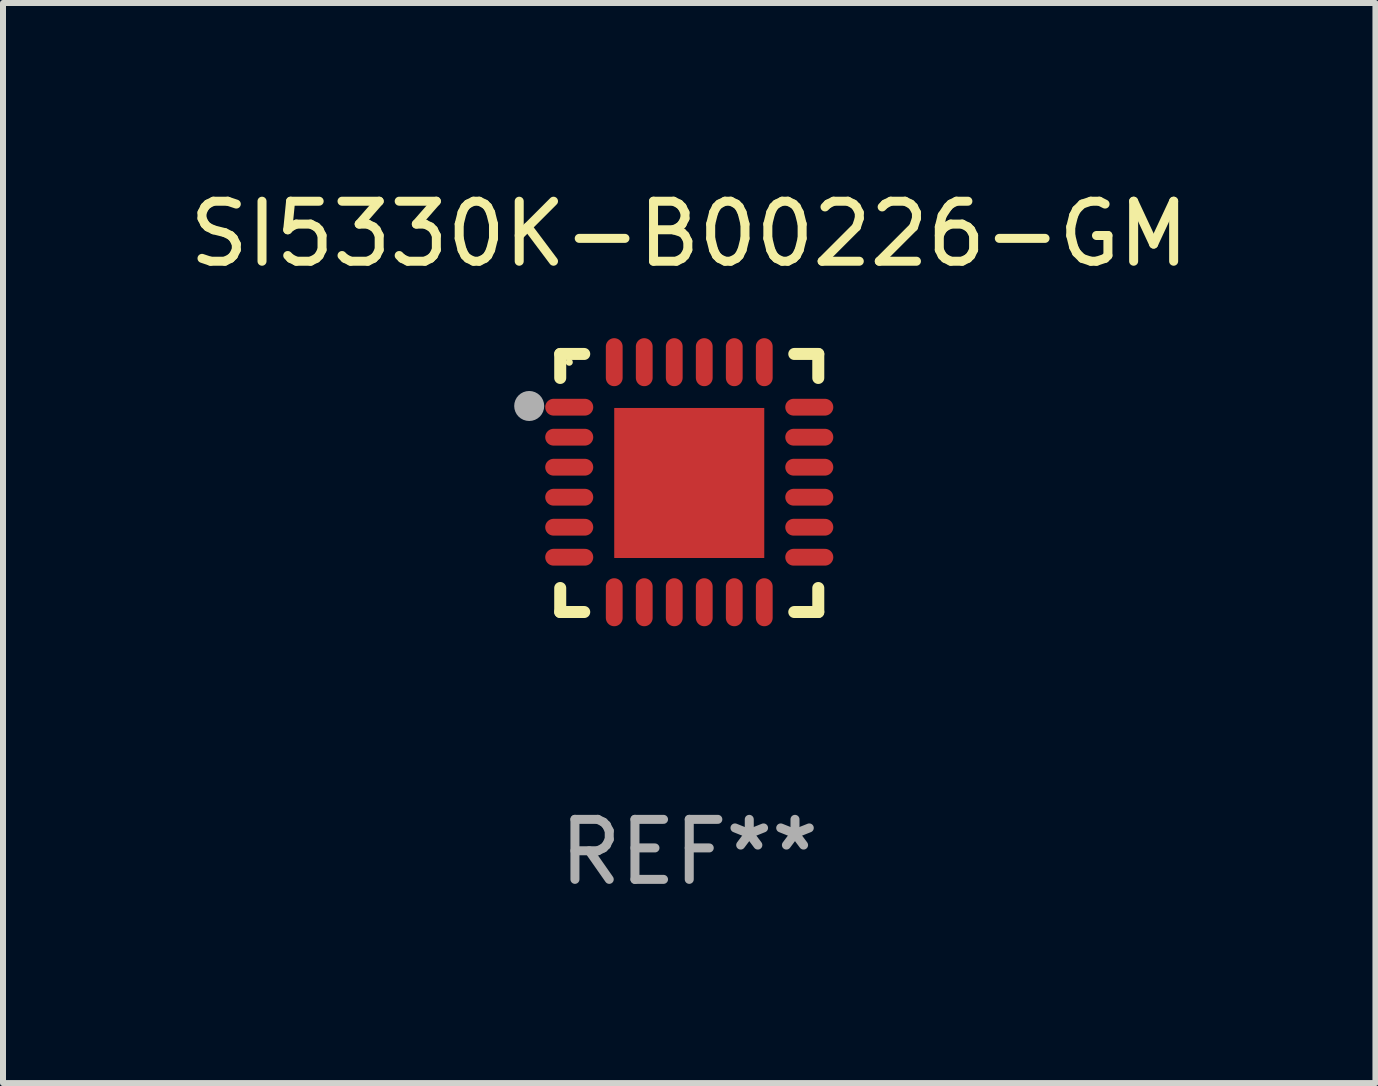
<source format=kicad_pcb>
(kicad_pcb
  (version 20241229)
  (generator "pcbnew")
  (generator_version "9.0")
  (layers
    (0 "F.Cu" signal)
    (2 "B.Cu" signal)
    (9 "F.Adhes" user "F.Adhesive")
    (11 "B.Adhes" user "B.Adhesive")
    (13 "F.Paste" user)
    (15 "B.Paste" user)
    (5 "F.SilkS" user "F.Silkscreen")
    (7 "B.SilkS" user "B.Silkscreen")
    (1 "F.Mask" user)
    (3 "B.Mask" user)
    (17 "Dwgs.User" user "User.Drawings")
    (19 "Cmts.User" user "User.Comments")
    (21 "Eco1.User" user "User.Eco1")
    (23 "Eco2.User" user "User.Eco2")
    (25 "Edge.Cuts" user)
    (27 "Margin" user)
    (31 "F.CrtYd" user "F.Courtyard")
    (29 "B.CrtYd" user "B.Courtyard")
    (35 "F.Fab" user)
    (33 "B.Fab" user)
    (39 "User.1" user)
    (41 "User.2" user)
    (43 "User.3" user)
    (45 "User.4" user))
  (footprint "SI5330K-B00226-GM"
    (layer "F.Cu")
    (at 8.435 4.998)
    (property "Reference" "SI5330K-B00226-GM" (at 0 -4.15 0) (layer "F.SilkS") (effects (font (size 1 1) (thickness 0.15))))
    (attr through_hole)
    (fp_line (start -2.15 -2.15) (end -1.75 -2.15) (stroke (width 0.2) (type solid)) (layer "F.SilkS"))
    (fp_line (start -2.15 -1.75) (end -2.15 -2.15) (stroke (width 0.2) (type solid)) (layer "F.SilkS"))
    (fp_line (start -2.15 2.15) (end -2.15 1.75) (stroke (width 0.2) (type solid)) (layer "F.SilkS"))
    (fp_line (start -1.75 2.15) (end -2.15 2.15) (stroke (width 0.2) (type solid)) (layer "F.SilkS"))
    (fp_line (start 1.75 -2.15) (end 2.15 -2.15) (stroke (width 0.2) (type solid)) (layer "F.SilkS"))
    (fp_line (start 1.75 2.15) (end 2.15 2.15) (stroke (width 0.2) (type solid)) (layer "F.SilkS"))
    (fp_line (start 2.15 -2.15) (end 2.15 -1.75) (stroke (width 0.2) (type solid)) (layer "F.SilkS"))
    (fp_line (start 2.15 2.15) (end 2.15 1.75) (stroke (width 0.2) (type solid)) (layer "F.SilkS"))
    (fp_circle (center -2 -2.013) (end -1.97 -2.013) (stroke (width 0.06) (type solid)) (fill no) (layer "F.SilkS"))
    (fp_circle (center -2.667 -1.283) (end -2.542 -1.283) (stroke (width 0.25) (type solid)) (fill no) (layer "F.Fab"))
    (fp_text user "REF**" (at 0 6.15 0) (layer "F.Fab") (effects (font (size 1 1) (thickness 0.15))))
    (pad "1" smd oval (at -2 -1.263) (size 0.8 0.28) (layers "F.Cu" "F.Mask" "F.Paste"))
    (pad "2" smd oval (at -2 -0.763) (size 0.8 0.28) (layers "F.Cu" "F.Mask" "F.Paste"))
    (pad "3" smd oval (at -2 -0.263) (size 0.8 0.28) (layers "F.Cu" "F.Mask" "F.Paste"))
    (pad "4" smd oval (at -2 0.237) (size 0.8 0.28) (layers "F.Cu" "F.Mask" "F.Paste"))
    (pad "5" smd oval (at -2 0.737) (size 0.8 0.28) (layers "F.Cu" "F.Mask" "F.Paste"))
    (pad "6" smd oval (at -2 1.237) (size 0.8 0.28) (layers "F.Cu" "F.Mask" "F.Paste"))
    (pad "7" smd oval (at -1.25 1.987) (size 0.28 0.8) (layers "F.Cu" "F.Mask" "F.Paste"))
    (pad "8" smd oval (at -0.75 1.987) (size 0.28 0.8) (layers "F.Cu" "F.Mask" "F.Paste"))
    (pad "9" smd oval (at -0.25 1.987) (size 0.28 0.8) (layers "F.Cu" "F.Mask" "F.Paste"))
    (pad "10" smd oval (at 0.25 1.987) (size 0.28 0.8) (layers "F.Cu" "F.Mask" "F.Paste"))
    (pad "11" smd oval (at 0.75 1.987) (size 0.28 0.8) (layers "F.Cu" "F.Mask" "F.Paste"))
    (pad "12" smd oval (at 1.25 1.987) (size 0.28 0.8) (layers "F.Cu" "F.Mask" "F.Paste"))
    (pad "13" smd oval (at 2 1.237) (size 0.8 0.28) (layers "F.Cu" "F.Mask" "F.Paste"))
    (pad "14" smd oval (at 2 0.737) (size 0.8 0.28) (layers "F.Cu" "F.Mask" "F.Paste"))
    (pad "15" smd oval (at 2 0.237) (size 0.8 0.28) (layers "F.Cu" "F.Mask" "F.Paste"))
    (pad "16" smd oval (at 2 -0.263) (size 0.8 0.28) (layers "F.Cu" "F.Mask" "F.Paste"))
    (pad "17" smd oval (at 2 -0.763) (size 0.8 0.28) (layers "F.Cu" "F.Mask" "F.Paste"))
    (pad "18" smd oval (at 2 -1.263) (size 0.8 0.28) (layers "F.Cu" "F.Mask" "F.Paste"))
    (pad "19" smd oval (at 1.25 -2.013) (size 0.28 0.8) (layers "F.Cu" "F.Mask" "F.Paste"))
    (pad "20" smd oval (at 0.75 -2.013) (size 0.28 0.8) (layers "F.Cu" "F.Mask" "F.Paste"))
    (pad "21" smd oval (at 0.25 -2.013) (size 0.28 0.8) (layers "F.Cu" "F.Mask" "F.Paste"))
    (pad "22" smd oval (at -0.25 -2.013) (size 0.28 0.8) (layers "F.Cu" "F.Mask" "F.Paste"))
    (pad "23" smd oval (at -0.75 -2.013) (size 0.28 0.8) (layers "F.Cu" "F.Mask" "F.Paste"))
    (pad "24" smd oval (at -1.25 -2.013) (size 0.28 0.8) (layers "F.Cu" "F.Mask" "F.Paste"))
    (pad "25" smd rect (at -0.000127 -0.00014) (size 2.5 2.5) (layers "F.Cu" "F.Mask" "F.Paste")))
  (gr_rect
    (start -3 -3)
    (end 19.869 14.997)
    (stroke (width 0.1) (type default))
    (fill no)
    (layer "Edge.Cuts")))
</source>
